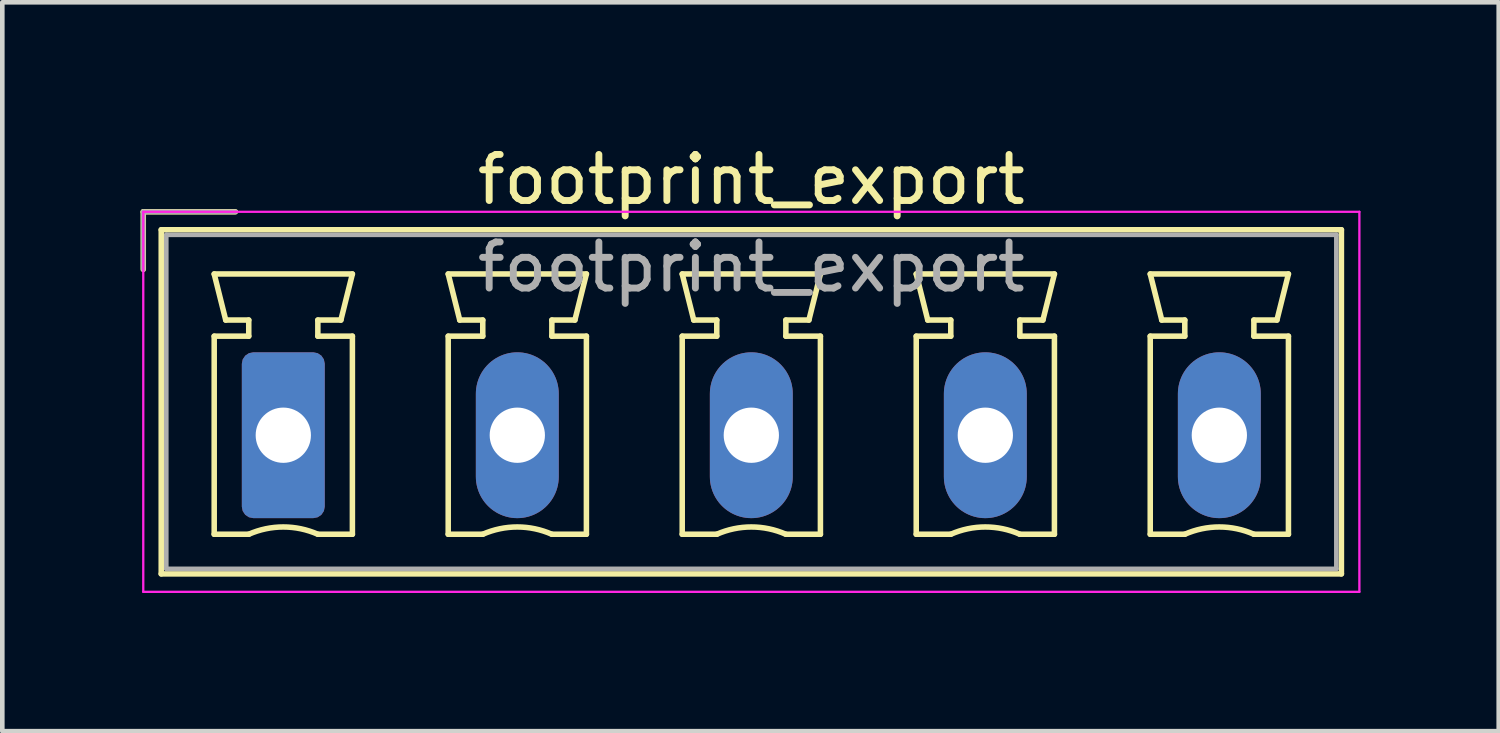
<source format=kicad_pcb>
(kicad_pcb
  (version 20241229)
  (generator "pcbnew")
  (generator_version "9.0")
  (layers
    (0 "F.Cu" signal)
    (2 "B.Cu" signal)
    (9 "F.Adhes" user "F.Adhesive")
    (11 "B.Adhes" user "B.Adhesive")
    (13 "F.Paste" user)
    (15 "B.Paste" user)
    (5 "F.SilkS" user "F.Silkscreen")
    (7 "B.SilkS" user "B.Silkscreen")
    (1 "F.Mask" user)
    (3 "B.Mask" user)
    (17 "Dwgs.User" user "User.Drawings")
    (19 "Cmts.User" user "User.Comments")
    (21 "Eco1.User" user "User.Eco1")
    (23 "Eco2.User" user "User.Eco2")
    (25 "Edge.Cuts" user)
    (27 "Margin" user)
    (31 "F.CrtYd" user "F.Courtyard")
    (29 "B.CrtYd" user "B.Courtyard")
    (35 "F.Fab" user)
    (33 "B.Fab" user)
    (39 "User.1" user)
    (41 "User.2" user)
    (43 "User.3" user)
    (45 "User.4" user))
  (footprint "footprint_export"
    (layer "F.Cu")
    (at 3.1 6.398)
    (property "Reference" "footprint_export" (at 10.16 -5.55 0) (layer "F.SilkS") (effects (font (size 1 1) (thickness 0.15))))
    (attr through_hole)
    (fp_line (start -3.04 -4.85) (end -1.04 -4.85) (stroke (width 0.12) (type solid)) (layer "F.SilkS"))
    (fp_line (start -3.04 -3.6) (end -3.04 -4.85) (stroke (width 0.12) (type solid)) (layer "F.SilkS"))
    (fp_line (start -2.65 -4.46) (end -2.65 3.01) (stroke (width 0.12) (type solid)) (layer "F.SilkS"))
    (fp_line (start -2.65 3.01) (end 22.97 3.01) (stroke (width 0.12) (type solid)) (layer "F.SilkS"))
    (fp_line (start -1.5 -3.5) (end 1.5 -3.5) (stroke (width 0.12) (type solid)) (layer "F.SilkS"))
    (fp_line (start -1.5 -2.15) (end -0.75 -2.15) (stroke (width 0.12) (type solid)) (layer "F.SilkS"))
    (fp_line (start -1.5 2.15) (end -1.5 -2.15) (stroke (width 0.12) (type solid)) (layer "F.SilkS"))
    (fp_line (start -1.25 -2.5) (end -1.5 -3.5) (stroke (width 0.12) (type solid)) (layer "F.SilkS"))
    (fp_line (start -0.75 -2.5) (end -1.25 -2.5) (stroke (width 0.12) (type solid)) (layer "F.SilkS"))
    (fp_line (start -0.75 -2.15) (end -0.75 -2.5) (stroke (width 0.12) (type solid)) (layer "F.SilkS"))
    (fp_line (start -0.75 2.15) (end -1.5 2.15) (stroke (width 0.12) (type solid)) (layer "F.SilkS"))
    (fp_line (start 0.75 -2.5) (end 0.75 -2.15) (stroke (width 0.12) (type solid)) (layer "F.SilkS"))
    (fp_line (start 0.75 -2.15) (end 1.5 -2.15) (stroke (width 0.12) (type solid)) (layer "F.SilkS"))
    (fp_line (start 1.25 -2.5) (end 0.75 -2.5) (stroke (width 0.12) (type solid)) (layer "F.SilkS"))
    (fp_line (start 1.5 -3.5) (end 1.25 -2.5) (stroke (width 0.12) (type solid)) (layer "F.SilkS"))
    (fp_line (start 1.5 -2.15) (end 1.5 2.15) (stroke (width 0.12) (type solid)) (layer "F.SilkS"))
    (fp_line (start 1.5 2.15) (end 0.75 2.15) (stroke (width 0.12) (type solid)) (layer "F.SilkS"))
    (fp_line (start 3.58 -3.5) (end 6.58 -3.5) (stroke (width 0.12) (type solid)) (layer "F.SilkS"))
    (fp_line (start 3.58 -2.15) (end 4.33 -2.15) (stroke (width 0.12) (type solid)) (layer "F.SilkS"))
    (fp_line (start 3.58 2.15) (end 3.58 -2.15) (stroke (width 0.12) (type solid)) (layer "F.SilkS"))
    (fp_line (start 3.83 -2.5) (end 3.58 -3.5) (stroke (width 0.12) (type solid)) (layer "F.SilkS"))
    (fp_line (start 4.33 -2.5) (end 3.83 -2.5) (stroke (width 0.12) (type solid)) (layer "F.SilkS"))
    (fp_line (start 4.33 -2.15) (end 4.33 -2.5) (stroke (width 0.12) (type solid)) (layer "F.SilkS"))
    (fp_line (start 4.33 2.15) (end 3.58 2.15) (stroke (width 0.12) (type solid)) (layer "F.SilkS"))
    (fp_line (start 5.83 -2.5) (end 5.83 -2.15) (stroke (width 0.12) (type solid)) (layer "F.SilkS"))
    (fp_line (start 5.83 -2.15) (end 6.58 -2.15) (stroke (width 0.12) (type solid)) (layer "F.SilkS"))
    (fp_line (start 6.33 -2.5) (end 5.83 -2.5) (stroke (width 0.12) (type solid)) (layer "F.SilkS"))
    (fp_line (start 6.58 -3.5) (end 6.33 -2.5) (stroke (width 0.12) (type solid)) (layer "F.SilkS"))
    (fp_line (start 6.58 -2.15) (end 6.58 2.15) (stroke (width 0.12) (type solid)) (layer "F.SilkS"))
    (fp_line (start 6.58 2.15) (end 5.83 2.15) (stroke (width 0.12) (type solid)) (layer "F.SilkS"))
    (fp_line (start 8.66 -3.5) (end 11.66 -3.5) (stroke (width 0.12) (type solid)) (layer "F.SilkS"))
    (fp_line (start 8.66 -2.15) (end 9.41 -2.15) (stroke (width 0.12) (type solid)) (layer "F.SilkS"))
    (fp_line (start 8.66 2.15) (end 8.66 -2.15) (stroke (width 0.12) (type solid)) (layer "F.SilkS"))
    (fp_line (start 8.91 -2.5) (end 8.66 -3.5) (stroke (width 0.12) (type solid)) (layer "F.SilkS"))
    (fp_line (start 9.41 -2.5) (end 8.91 -2.5) (stroke (width 0.12) (type solid)) (layer "F.SilkS"))
    (fp_line (start 9.41 -2.15) (end 9.41 -2.5) (stroke (width 0.12) (type solid)) (layer "F.SilkS"))
    (fp_line (start 9.41 2.15) (end 8.66 2.15) (stroke (width 0.12) (type solid)) (layer "F.SilkS"))
    (fp_line (start 10.91 -2.5) (end 10.91 -2.15) (stroke (width 0.12) (type solid)) (layer "F.SilkS"))
    (fp_line (start 10.91 -2.15) (end 11.66 -2.15) (stroke (width 0.12) (type solid)) (layer "F.SilkS"))
    (fp_line (start 11.41 -2.5) (end 10.91 -2.5) (stroke (width 0.12) (type solid)) (layer "F.SilkS"))
    (fp_line (start 11.66 -3.5) (end 11.41 -2.5) (stroke (width 0.12) (type solid)) (layer "F.SilkS"))
    (fp_line (start 11.66 -2.15) (end 11.66 2.15) (stroke (width 0.12) (type solid)) (layer "F.SilkS"))
    (fp_line (start 11.66 2.15) (end 10.91 2.15) (stroke (width 0.12) (type solid)) (layer "F.SilkS"))
    (fp_line (start 13.74 -3.5) (end 16.74 -3.5) (stroke (width 0.12) (type solid)) (layer "F.SilkS"))
    (fp_line (start 13.74 -2.15) (end 14.49 -2.15) (stroke (width 0.12) (type solid)) (layer "F.SilkS"))
    (fp_line (start 13.74 2.15) (end 13.74 -2.15) (stroke (width 0.12) (type solid)) (layer "F.SilkS"))
    (fp_line (start 13.99 -2.5) (end 13.74 -3.5) (stroke (width 0.12) (type solid)) (layer "F.SilkS"))
    (fp_line (start 14.49 -2.5) (end 13.99 -2.5) (stroke (width 0.12) (type solid)) (layer "F.SilkS"))
    (fp_line (start 14.49 -2.15) (end 14.49 -2.5) (stroke (width 0.12) (type solid)) (layer "F.SilkS"))
    (fp_line (start 14.49 2.15) (end 13.74 2.15) (stroke (width 0.12) (type solid)) (layer "F.SilkS"))
    (fp_line (start 15.99 -2.5) (end 15.99 -2.15) (stroke (width 0.12) (type solid)) (layer "F.SilkS"))
    (fp_line (start 15.99 -2.15) (end 16.74 -2.15) (stroke (width 0.12) (type solid)) (layer "F.SilkS"))
    (fp_line (start 16.49 -2.5) (end 15.99 -2.5) (stroke (width 0.12) (type solid)) (layer "F.SilkS"))
    (fp_line (start 16.74 -3.5) (end 16.49 -2.5) (stroke (width 0.12) (type solid)) (layer "F.SilkS"))
    (fp_line (start 16.74 -2.15) (end 16.74 2.15) (stroke (width 0.12) (type solid)) (layer "F.SilkS"))
    (fp_line (start 16.74 2.15) (end 15.99 2.15) (stroke (width 0.12) (type solid)) (layer "F.SilkS"))
    (fp_line (start 18.82 -3.5) (end 21.82 -3.5) (stroke (width 0.12) (type solid)) (layer "F.SilkS"))
    (fp_line (start 18.82 -2.15) (end 19.57 -2.15) (stroke (width 0.12) (type solid)) (layer "F.SilkS"))
    (fp_line (start 18.82 2.15) (end 18.82 -2.15) (stroke (width 0.12) (type solid)) (layer "F.SilkS"))
    (fp_line (start 19.07 -2.5) (end 18.82 -3.5) (stroke (width 0.12) (type solid)) (layer "F.SilkS"))
    (fp_line (start 19.57 -2.5) (end 19.07 -2.5) (stroke (width 0.12) (type solid)) (layer "F.SilkS"))
    (fp_line (start 19.57 -2.15) (end 19.57 -2.5) (stroke (width 0.12) (type solid)) (layer "F.SilkS"))
    (fp_line (start 19.57 2.15) (end 18.82 2.15) (stroke (width 0.12) (type solid)) (layer "F.SilkS"))
    (fp_line (start 21.07 -2.5) (end 21.07 -2.15) (stroke (width 0.12) (type solid)) (layer "F.SilkS"))
    (fp_line (start 21.07 -2.15) (end 21.82 -2.15) (stroke (width 0.12) (type solid)) (layer "F.SilkS"))
    (fp_line (start 21.57 -2.5) (end 21.07 -2.5) (stroke (width 0.12) (type solid)) (layer "F.SilkS"))
    (fp_line (start 21.82 -3.5) (end 21.57 -2.5) (stroke (width 0.12) (type solid)) (layer "F.SilkS"))
    (fp_line (start 21.82 -2.15) (end 21.82 2.15) (stroke (width 0.12) (type solid)) (layer "F.SilkS"))
    (fp_line (start 21.82 2.15) (end 21.07 2.15) (stroke (width 0.12) (type solid)) (layer "F.SilkS"))
    (fp_line (start 22.97 -4.46) (end -2.65 -4.46) (stroke (width 0.12) (type solid)) (layer "F.SilkS"))
    (fp_line (start 22.97 3.01) (end 22.97 -4.46) (stroke (width 0.12) (type solid)) (layer "F.SilkS"))
    (fp_arc (start -0.75 2.15) (mid -0.000193 1.99191) (end 0.749647 2.149844) (stroke (width 0.12) (type solid)) (layer "F.SilkS"))
    (fp_arc (start 4.33 2.15) (mid 5.079807 1.99191) (end 5.829647 2.149844) (stroke (width 0.12) (type solid)) (layer "F.SilkS"))
    (fp_arc (start 9.41 2.15) (mid 10.159807 1.99191) (end 10.909647 2.149844) (stroke (width 0.12) (type solid)) (layer "F.SilkS"))
    (fp_arc (start 14.49 2.15) (mid 15.239807 1.99191) (end 15.989647 2.149844) (stroke (width 0.12) (type solid)) (layer "F.SilkS"))
    (fp_arc (start 19.57 2.15) (mid 20.319807 1.99191) (end 21.069647 2.149844) (stroke (width 0.12) (type solid)) (layer "F.SilkS"))
    (fp_line (start -3.04 -4.85) (end -3.04 3.4) (stroke (width 0.05) (type solid)) (layer "F.CrtYd"))
    (fp_line (start -3.04 3.4) (end 23.36 3.4) (stroke (width 0.05) (type solid)) (layer "F.CrtYd"))
    (fp_line (start 23.36 -4.85) (end -3.04 -4.85) (stroke (width 0.05) (type solid)) (layer "F.CrtYd"))
    (fp_line (start 23.36 3.4) (end 23.36 -4.85) (stroke (width 0.05) (type solid)) (layer "F.CrtYd"))
    (fp_line (start -3.04 -4.85) (end -1.04 -4.85) (stroke (width 0.1) (type solid)) (layer "F.Fab"))
    (fp_line (start -3.04 -3.6) (end -3.04 -4.85) (stroke (width 0.1) (type solid)) (layer "F.Fab"))
    (fp_line (start -2.54 -4.35) (end -2.54 2.9) (stroke (width 0.1) (type solid)) (layer "F.Fab"))
    (fp_line (start -2.54 2.9) (end 22.86 2.9) (stroke (width 0.1) (type solid)) (layer "F.Fab"))
    (fp_line (start 22.86 -4.35) (end -2.54 -4.35) (stroke (width 0.1) (type solid)) (layer "F.Fab"))
    (fp_line (start 22.86 2.9) (end 22.86 -4.35) (stroke (width 0.1) (type solid)) (layer "F.Fab"))
    (fp_text user "${REFERENCE}" (at 10.16 -3.65 0) (layer "F.Fab") (effects (font (size 1 1) (thickness 0.15))))
    (pad "1" thru_hole roundrect (at 0 0) (size 1.8 3.6) (drill 1.2) (layers "*.Cu" "*.Mask") (roundrect_rratio 0.139))
    (pad "2" thru_hole oval (at 5.08 0) (size 1.8 3.6) (drill 1.2) (layers "*.Cu" "*.Mask"))
    (pad "3" thru_hole oval (at 10.16 0) (size 1.8 3.6) (drill 1.2) (layers "*.Cu" "*.Mask"))
    (pad "4" thru_hole oval (at 15.24 0) (size 1.8 3.6) (drill 1.2) (layers "*.Cu" "*.Mask"))
    (pad "5" thru_hole oval (at 20.32 0) (size 1.8 3.6) (drill 1.2) (layers "*.Cu" "*.Mask")))
  (gr_rect
    (start -3 -3)
    (end 29.485 12.823)
    (stroke (width 0.1) (type default))
    (fill no)
    (layer "Edge.Cuts")))
</source>
